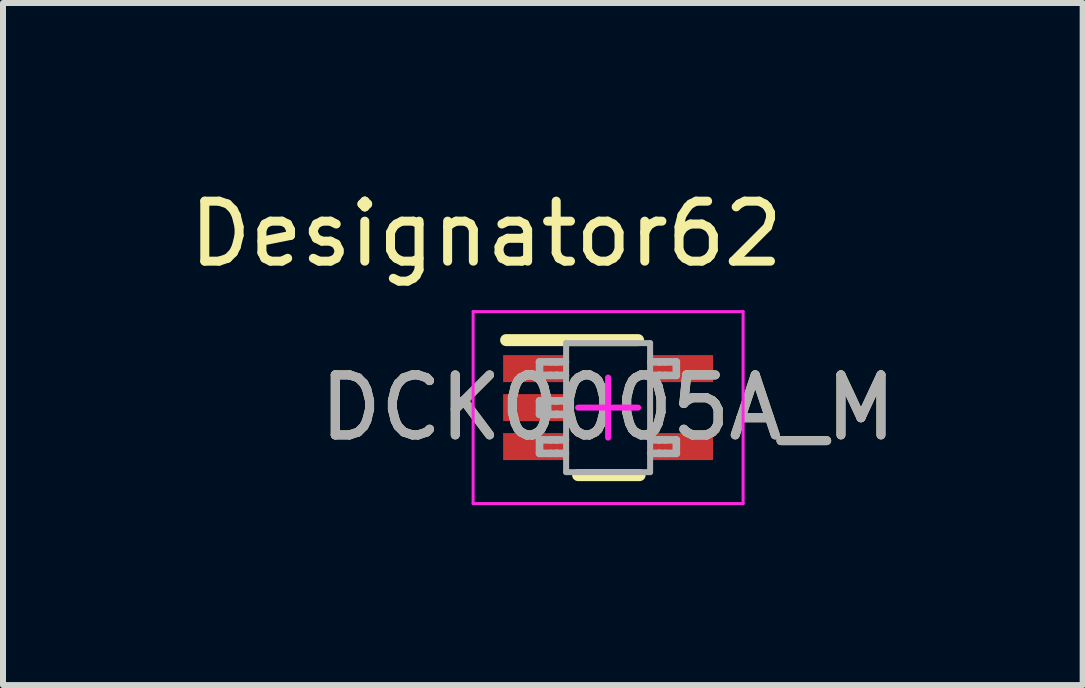
<source format=kicad_pcb>
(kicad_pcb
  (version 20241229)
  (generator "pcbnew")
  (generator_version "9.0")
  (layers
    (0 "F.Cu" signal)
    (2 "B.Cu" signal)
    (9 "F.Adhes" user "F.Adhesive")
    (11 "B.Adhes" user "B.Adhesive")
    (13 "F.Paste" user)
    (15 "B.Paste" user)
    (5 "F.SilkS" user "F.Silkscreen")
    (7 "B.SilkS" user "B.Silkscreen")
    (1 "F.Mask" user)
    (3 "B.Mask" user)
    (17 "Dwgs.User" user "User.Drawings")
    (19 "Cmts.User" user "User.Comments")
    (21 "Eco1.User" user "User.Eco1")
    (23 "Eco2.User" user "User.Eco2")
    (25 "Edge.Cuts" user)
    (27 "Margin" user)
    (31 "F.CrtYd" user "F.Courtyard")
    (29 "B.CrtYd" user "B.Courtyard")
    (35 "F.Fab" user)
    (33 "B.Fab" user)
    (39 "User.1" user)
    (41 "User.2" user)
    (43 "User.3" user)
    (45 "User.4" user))
  (footprint "DCK0005A_M"
    (layer "F.Cu")
    (at 7.086 3.744)
    (property "Reference" "DCK0005A_M" (at 0 0 0) (unlocked yes) (layer "F.SilkS") (effects (font (size 1 1) (thickness 0.15))))
    (attr smd)
    (fp_line (start -1.7 -1.125) (end 0.5 -1.125) (stroke (width 0.2) (type solid)) (layer "F.SilkS"))
    (fp_line (start -0.5 1.125) (end 0.525 1.125) (stroke (width 0.2) (type solid)) (layer "F.SilkS"))
    (fp_line (start -2.25 -1.6) (end 2.25 -1.6) (stroke (width 0.05) (type solid)) (layer "F.CrtYd"))
    (fp_line (start -2.25 1.6) (end -2.25 -1.6) (stroke (width 0.05) (type solid)) (layer "F.CrtYd"))
    (fp_line (start -2.25 1.6) (end 2.25 1.6) (stroke (width 0.05) (type solid)) (layer "F.CrtYd"))
    (fp_line (start -0.5 0) (end 0.5 0) (stroke (width 0.1) (type solid)) (layer "F.CrtYd"))
    (fp_line (start -0.000003 0.5) (end -0.000003 -0.5) (stroke (width 0.1) (type solid)) (layer "F.CrtYd"))
    (fp_line (start 2.25 1.6) (end 2.25 -1.6) (stroke (width 0.05) (type solid)) (layer "F.CrtYd"))
    (fp_line (start -1.143 -0.762) (end -0.959 -0.762) (stroke (width 0.127) (type solid)) (layer "F.Fab"))
    (fp_line (start -1.143 -0.537) (end -1.143 -0.762) (stroke (width 0.127) (type solid)) (layer "F.Fab"))
    (fp_line (start -1.143 -0.537) (end -0.959 -0.537) (stroke (width 0.127) (type solid)) (layer "F.Fab"))
    (fp_line (start -1.143 -0.112) (end -0.959 -0.112) (stroke (width 0.127) (type solid)) (layer "F.Fab"))
    (fp_line (start -1.143 0.113) (end -1.143 -0.112) (stroke (width 0.127) (type solid)) (layer "F.Fab"))
    (fp_line (start -1.143 0.113) (end -0.959 0.113) (stroke (width 0.127) (type solid)) (layer "F.Fab"))
    (fp_line (start -1.143 0.538) (end -0.959 0.538) (stroke (width 0.127) (type solid)) (layer "F.Fab"))
    (fp_line (start -1.143 0.763) (end -1.143 0.538) (stroke (width 0.127) (type solid)) (layer "F.Fab"))
    (fp_line (start -1.143 0.763) (end -0.959 0.763) (stroke (width 0.127) (type solid)) (layer "F.Fab"))
    (fp_line (start -0.959 -0.762) (end -0.711 -0.762) (stroke (width 0.127) (type solid)) (layer "F.Fab"))
    (fp_line (start -0.959 -0.537) (end -0.865 -0.537) (stroke (width 0.127) (type solid)) (layer "F.Fab"))
    (fp_line (start -0.959 -0.112) (end -0.865 -0.112) (stroke (width 0.127) (type solid)) (layer "F.Fab"))
    (fp_line (start -0.959 0.113) (end -0.865 0.113) (stroke (width 0.127) (type solid)) (layer "F.Fab"))
    (fp_line (start -0.959 0.538) (end -0.865 0.538) (stroke (width 0.127) (type solid)) (layer "F.Fab"))
    (fp_line (start -0.959 0.763) (end -0.865 0.763) (stroke (width 0.127) (type solid)) (layer "F.Fab"))
    (fp_line (start -0.865 -0.762) (end -0.853 -0.762) (stroke (width 0.127) (type solid)) (layer "F.Fab"))
    (fp_line (start -0.865 -0.537) (end -0.853 -0.537) (stroke (width 0.127) (type solid)) (layer "F.Fab"))
    (fp_line (start -0.865 -0.112) (end -0.853 -0.112) (stroke (width 0.127) (type solid)) (layer "F.Fab"))
    (fp_line (start -0.865 0.113) (end -0.853 0.113) (stroke (width 0.127) (type solid)) (layer "F.Fab"))
    (fp_line (start -0.865 0.538) (end -0.853 0.538) (stroke (width 0.127) (type solid)) (layer "F.Fab"))
    (fp_line (start -0.865 0.763) (end -0.853 0.763) (stroke (width 0.127) (type solid)) (layer "F.Fab"))
    (fp_line (start -0.853 -0.537) (end -0.711 -0.537) (stroke (width 0.127) (type solid)) (layer "F.Fab"))
    (fp_line (start -0.853 -0.112) (end -0.711 -0.112) (stroke (width 0.127) (type solid)) (layer "F.Fab"))
    (fp_line (start -0.853 0.113) (end -0.711 0.113) (stroke (width 0.127) (type solid)) (layer "F.Fab"))
    (fp_line (start -0.853 0.538) (end -0.711 0.538) (stroke (width 0.127) (type solid)) (layer "F.Fab"))
    (fp_line (start -0.853 0.763) (end -0.711 0.763) (stroke (width 0.127) (type solid)) (layer "F.Fab"))
    (fp_line (start -0.7 -1.075) (end 0.7 -1.075) (stroke (width 0.1) (type solid)) (layer "F.Fab"))
    (fp_line (start -0.7 1.075) (end -0.7 -1.075) (stroke (width 0.1) (type solid)) (layer "F.Fab"))
    (fp_line (start -0.7 1.075) (end 0.7 1.075) (stroke (width 0.1) (type solid)) (layer "F.Fab"))
    (fp_line (start 0.7 1.075) (end 0.7 -1.075) (stroke (width 0.1) (type solid)) (layer "F.Fab"))
    (fp_line (start 0.711 -0.762) (end 0.847 -0.762) (stroke (width 0.127) (type solid)) (layer "F.Fab"))
    (fp_line (start 0.711 -0.537) (end 0.847 -0.537) (stroke (width 0.127) (type solid)) (layer "F.Fab"))
    (fp_line (start 0.711 0.538) (end 0.847 0.538) (stroke (width 0.127) (type solid)) (layer "F.Fab"))
    (fp_line (start 0.711 0.763) (end 0.847 0.763) (stroke (width 0.127) (type solid)) (layer "F.Fab"))
    (fp_line (start 0.847 -0.762) (end 0.859 -0.762) (stroke (width 0.127) (type solid)) (layer "F.Fab"))
    (fp_line (start 0.847 -0.537) (end 0.859 -0.537) (stroke (width 0.127) (type solid)) (layer "F.Fab"))
    (fp_line (start 0.847 0.538) (end 0.859 0.538) (stroke (width 0.127) (type solid)) (layer "F.Fab"))
    (fp_line (start 0.847 0.763) (end 0.859 0.763) (stroke (width 0.127) (type solid)) (layer "F.Fab"))
    (fp_line (start 0.859 -0.762) (end 0.953 -0.762) (stroke (width 0.127) (type solid)) (layer "F.Fab"))
    (fp_line (start 0.859 -0.537) (end 0.953 -0.537) (stroke (width 0.127) (type solid)) (layer "F.Fab"))
    (fp_line (start 0.859 0.538) (end 0.953 0.538) (stroke (width 0.127) (type solid)) (layer "F.Fab"))
    (fp_line (start 0.859 0.763) (end 0.953 0.763) (stroke (width 0.127) (type solid)) (layer "F.Fab"))
    (fp_line (start 0.953 -0.762) (end 1.137 -0.762) (stroke (width 0.127) (type solid)) (layer "F.Fab"))
    (fp_line (start 0.953 -0.537) (end 1.137 -0.537) (stroke (width 0.127) (type solid)) (layer "F.Fab"))
    (fp_line (start 0.953 0.538) (end 1.137 0.538) (stroke (width 0.127) (type solid)) (layer "F.Fab"))
    (fp_line (start 0.953 0.763) (end 1.137 0.763) (stroke (width 0.127) (type solid)) (layer "F.Fab"))
    (fp_line (start 1.137 -0.537) (end 1.137 -0.762) (stroke (width 0.127) (type solid)) (layer "F.Fab"))
    (fp_line (start 1.137 0.763) (end 1.137 0.538) (stroke (width 0.127) (type solid)) (layer "F.Fab"))
    (fp_text user "Designator62" (at -2.032 -2.896 0) (unlocked yes) (layer "F.SilkS") (effects (font (size 1 1) (thickness 0.15))))
    (fp_text user "${REFERENCE}" (at 0 0 0) (unlocked yes) (layer "F.Fab") (effects (font (size 1 1) (thickness 0.15))))
    (pad "1" smd rect (at -1.225 -0.65 90) (size 0.45 1.05) (layers "F.Cu" "F.Mask" "F.Paste"))
    (pad "2" smd rect (at -1.225 0 90) (size 0.45 1.05) (layers "F.Cu" "F.Mask" "F.Paste"))
    (pad "3" smd rect (at -1.225 0.65 90) (size 0.45 1.05) (layers "F.Cu" "F.Mask" "F.Paste"))
    (pad "4" smd rect (at 1.225 0.65 90) (size 0.45 1.05) (layers "F.Cu" "F.Mask" "F.Paste"))
    (pad "5" smd rect (at 1.225 -0.65 90) (size 0.45 1.05) (layers "F.Cu" "F.Mask" "F.Paste")))
  (gr_rect
    (start -3 -3)
    (end 14.996 8.369)
    (stroke (width 0.1) (type default))
    (fill no)
    (layer "Edge.Cuts")))
</source>
